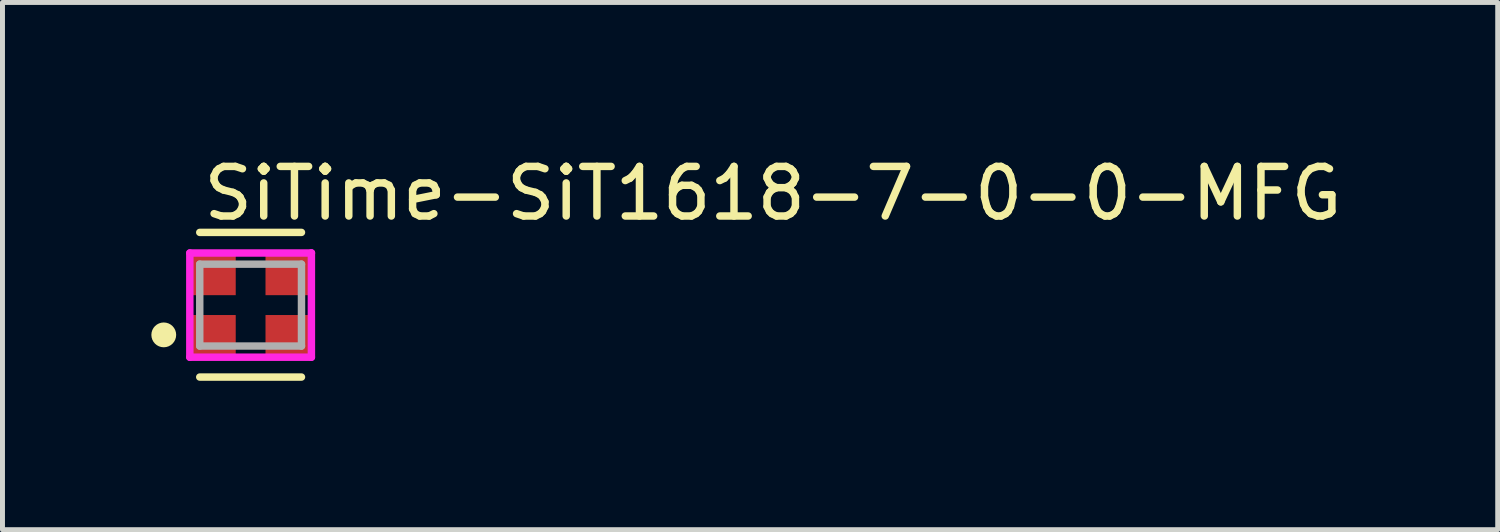
<source format=kicad_pcb>
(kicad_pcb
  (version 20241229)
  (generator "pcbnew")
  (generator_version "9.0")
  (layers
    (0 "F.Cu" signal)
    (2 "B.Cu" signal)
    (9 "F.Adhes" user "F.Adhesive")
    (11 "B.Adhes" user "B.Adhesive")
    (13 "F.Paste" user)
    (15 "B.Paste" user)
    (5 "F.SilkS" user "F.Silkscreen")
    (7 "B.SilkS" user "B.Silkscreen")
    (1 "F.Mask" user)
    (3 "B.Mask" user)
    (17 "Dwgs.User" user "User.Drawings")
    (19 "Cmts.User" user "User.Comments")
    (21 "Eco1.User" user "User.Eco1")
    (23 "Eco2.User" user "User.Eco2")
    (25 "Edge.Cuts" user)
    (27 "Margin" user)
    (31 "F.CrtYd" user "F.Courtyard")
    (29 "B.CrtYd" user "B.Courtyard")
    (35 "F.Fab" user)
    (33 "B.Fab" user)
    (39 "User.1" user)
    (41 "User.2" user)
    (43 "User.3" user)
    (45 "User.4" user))
  (footprint "SiTime-SiT1618-7-0-0-MFG"
    (layer "F.Cu")
    (at 2 3.098)
    (property "Reference" "SiTime-SiT1618-7-0-0-MFG" (at -1.025 -2.25 0) (layer "F.SilkS") (effects (font (size 1 1) (thickness 0.15)) (justify left)))
    (attr through_hole)
    (fp_line (start -1.025 -1.465) (end 1.025 -1.465) (stroke (width 0.15) (type solid)) (layer "F.SilkS"))
    (fp_line (start -1.025 1.45) (end 1.025 1.45) (stroke (width 0.15) (type solid)) (layer "F.SilkS"))
    (fp_circle (center -1.75 0.6) (end -1.625 0.6) (stroke (width 0.25) (type solid)) (fill no) (layer "F.SilkS"))
    (fp_line (start -1.225 -1.05) (end -1.225 1.05) (stroke (width 0.15) (type solid)) (layer "F.CrtYd"))
    (fp_line (start -1.225 1.05) (end 1.225 1.05) (stroke (width 0.15) (type solid)) (layer "F.CrtYd"))
    (fp_line (start 1.225 -1.05) (end -1.225 -1.05) (stroke (width 0.15) (type solid)) (layer "F.CrtYd"))
    (fp_line (start 1.225 -1.05) (end 1.225 -1.05) (stroke (width 0.15) (type solid)) (layer "F.CrtYd"))
    (fp_line (start 1.225 1.05) (end 1.225 -1.05) (stroke (width 0.15) (type solid)) (layer "F.CrtYd"))
    (fp_line (start -1.025 -0.825) (end 1.025 -0.825) (stroke (width 0.15) (type solid)) (layer "F.Fab"))
    (fp_line (start -1.025 0.825) (end -1.025 -0.825) (stroke (width 0.15) (type solid)) (layer "F.Fab"))
    (fp_line (start 1.025 -0.825) (end 1.025 0.825) (stroke (width 0.15) (type solid)) (layer "F.Fab"))
    (fp_line (start 1.025 0.825) (end -1.025 0.825) (stroke (width 0.15) (type solid)) (layer "F.Fab"))
    (pad "1" smd rect (at -0.75 0.6) (size 0.9 0.8) (layers "F.Cu" "F.Mask" "F.Paste"))
    (pad "2" smd rect (at 0.75 0.6) (size 0.9 0.8) (layers "F.Cu" "F.Mask" "F.Paste"))
    (pad "3" smd rect (at 0.75 -0.6) (size 0.9 0.8) (layers "F.Cu" "F.Mask" "F.Paste"))
    (pad "4" smd rect (at -0.75 -0.6) (size 0.9 0.8) (layers "F.Cu" "F.Mask" "F.Paste")))
  (gr_rect
    (start -3 -3)
    (end 27.13 7.623)
    (stroke (width 0.1) (type default))
    (fill no)
    (layer "Edge.Cuts")))
</source>
